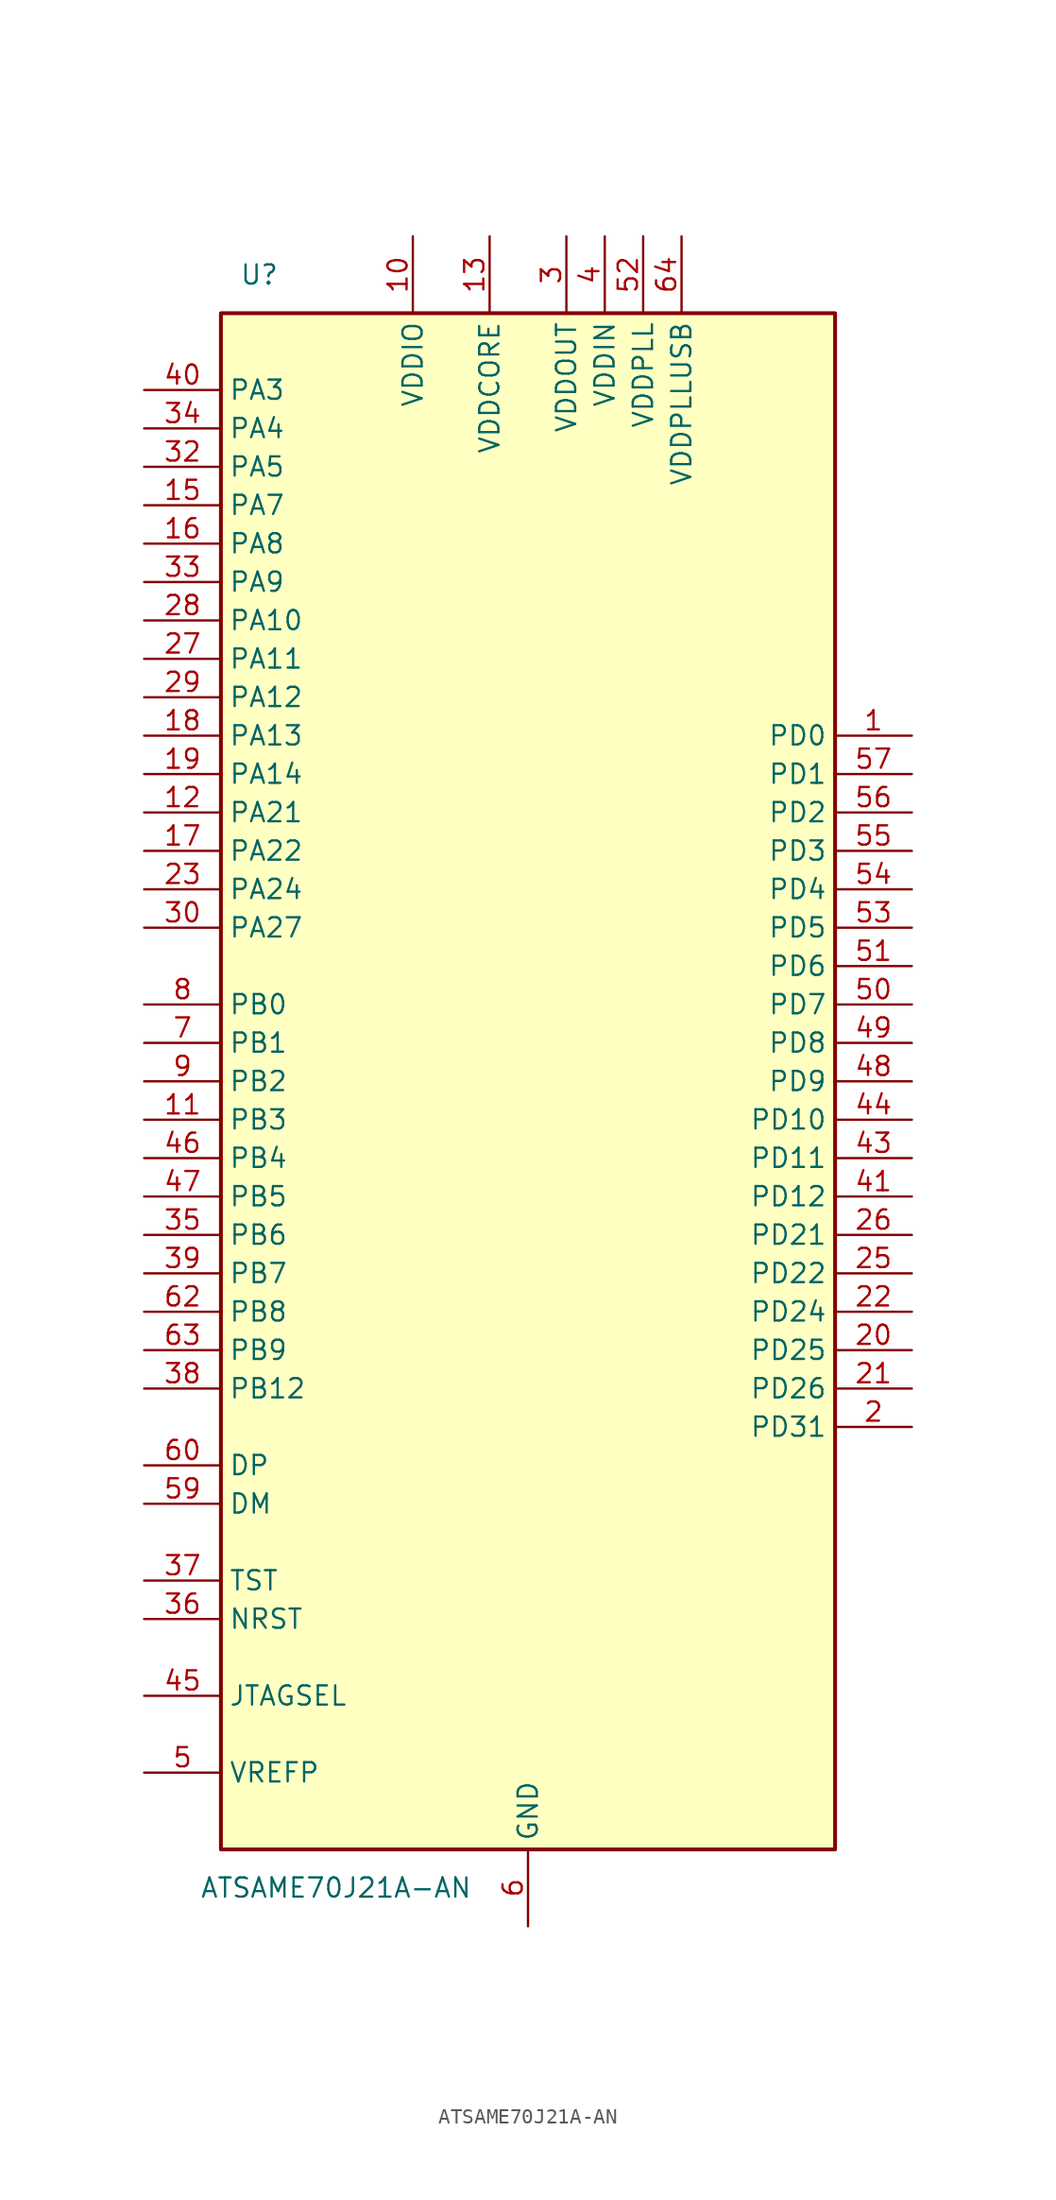
<source format=kicad_sym>
(kicad_symbol_lib
  (version 20211014)
  (generator kicad_symbol_editor)
  (symbol "ATSAME70J21A-AN"
    (property "Reference" "U"
      (at -17.78 53.34 0)
      (effects (font (size 1.27 1.27))))
    (property "Value" "ATSAME70J21A-AN"
      (at -12.7 -53.34 0)
      (effects (font (size 1.27 1.27))))
    (symbol "ATSAME70J21A-AN_0_1"
      (rectangle (start -20.32 50.8) (end 20.32 -50.8) (stroke (width 0.254) (type default) (color 0 0 0 0)) (fill (type background))))
    (symbol "ATSAME70J21A-AN_1_0"
      (pin power_in line (at 10.16 55.88 270) (length 5.08) (name "VDDPLLUSB" (effects (font (size 1.27 1.27)))) (number "64" (effects (font (size 1.27 1.27))))))
    (symbol "ATSAME70J21A-AN_1_1"
      (pin bidirectional line (at 25.4 22.86 180) (length 5.08) (name "PD0" (effects (font (size 1.27 1.27)))) (number "1" (effects (font (size 1.27 1.27)))))
      (pin power_in line (at -7.62 55.88 270) (length 5.08) (name "VDDIO" (effects (font (size 1.27 1.27)))) (number "10" (effects (font (size 1.27 1.27)))))
      (pin bidirectional line (at -25.4 -2.54 0) (length 5.08) (name "PB3" (effects (font (size 1.27 1.27)))) (number "11" (effects (font (size 1.27 1.27)))))
      (pin bidirectional line (at -25.4 17.78 0) (length 5.08) (name "PA21" (effects (font (size 1.27 1.27)))) (number "12" (effects (font (size 1.27 1.27)))))
      (pin power_in line (at -2.54 55.88 270) (length 5.08) (name "VDDCORE" (effects (font (size 1.27 1.27)))) (number "13" (effects (font (size 1.27 1.27)))))
      (pin passive line (at 0 -55.88 90) (length 5.08) hide (name "GND" (effects (font (size 1.27 1.27)))) (number "14" (effects (font (size 1.27 1.27)))))
      (pin bidirectional line (at -25.4 38.1 0) (length 5.08) (name "PA7" (effects (font (size 1.27 1.27)))) (number "15" (effects (font (size 1.27 1.27)))))
      (pin bidirectional line (at -25.4 35.56 0) (length 5.08) (name "PA8" (effects (font (size 1.27 1.27)))) (number "16" (effects (font (size 1.27 1.27)))))
      (pin bidirectional line (at -25.4 15.24 0) (length 5.08) (name "PA22" (effects (font (size 1.27 1.27)))) (number "17" (effects (font (size 1.27 1.27)))))
      (pin bidirectional line (at -25.4 22.86 0) (length 5.08) (name "PA13" (effects (font (size 1.27 1.27)))) (number "18" (effects (font (size 1.27 1.27)))))
      (pin bidirectional line (at -25.4 20.32 0) (length 5.08) (name "PA14" (effects (font (size 1.27 1.27)))) (number "19" (effects (font (size 1.27 1.27)))))
      (pin bidirectional line (at 25.4 -22.86 180) (length 5.08) (name "PD31" (effects (font (size 1.27 1.27)))) (number "2" (effects (font (size 1.27 1.27)))))
      (pin bidirectional line (at 25.4 -17.78 180) (length 5.08) (name "PD25" (effects (font (size 1.27 1.27)))) (number "20" (effects (font (size 1.27 1.27)))))
      (pin bidirectional line (at 25.4 -20.32 180) (length 5.08) (name "PD26" (effects (font (size 1.27 1.27)))) (number "21" (effects (font (size 1.27 1.27)))))
      (pin bidirectional line (at 25.4 -15.24 180) (length 5.08) (name "PD24" (effects (font (size 1.27 1.27)))) (number "22" (effects (font (size 1.27 1.27)))))
      (pin bidirectional line (at -25.4 12.7 0) (length 5.08) (name "PA24" (effects (font (size 1.27 1.27)))) (number "23" (effects (font (size 1.27 1.27)))))
      (pin passive line (at -2.54 55.88 270) (length 5.08) hide (name "VDDCORE" (effects (font (size 1.27 1.27)))) (number "24" (effects (font (size 1.27 1.27)))))
      (pin bidirectional line (at 25.4 -12.7 180) (length 5.08) (name "PD22" (effects (font (size 1.27 1.27)))) (number "25" (effects (font (size 1.27 1.27)))))
      (pin bidirectional line (at 25.4 -10.16 180) (length 5.08) (name "PD21" (effects (font (size 1.27 1.27)))) (number "26" (effects (font (size 1.27 1.27)))))
      (pin bidirectional line (at -25.4 27.94 0) (length 5.08) (name "PA11" (effects (font (size 1.27 1.27)))) (number "27" (effects (font (size 1.27 1.27)))))
      (pin bidirectional line (at -25.4 30.48 0) (length 5.08) (name "PA10" (effects (font (size 1.27 1.27)))) (number "28" (effects (font (size 1.27 1.27)))))
      (pin bidirectional line (at -25.4 25.4 0) (length 5.08) (name "PA12" (effects (font (size 1.27 1.27)))) (number "29" (effects (font (size 1.27 1.27)))))
      (pin power_in line (at 2.54 55.88 270) (length 5.08) (name "VDDOUT" (effects (font (size 1.27 1.27)))) (number "3" (effects (font (size 1.27 1.27)))))
      (pin bidirectional line (at -25.4 10.16 0) (length 5.08) (name "PA27" (effects (font (size 1.27 1.27)))) (number "30" (effects (font (size 1.27 1.27)))))
      (pin passive line (at 0 -55.88 90) (length 5.08) hide (name "GND" (effects (font (size 1.27 1.27)))) (number "31" (effects (font (size 1.27 1.27)))))
      (pin bidirectional line (at -25.4 40.64 0) (length 5.08) (name "PA5" (effects (font (size 1.27 1.27)))) (number "32" (effects (font (size 1.27 1.27)))))
      (pin bidirectional line (at -25.4 33.02 0) (length 5.08) (name "PA9" (effects (font (size 1.27 1.27)))) (number "33" (effects (font (size 1.27 1.27)))))
      (pin bidirectional line (at -25.4 43.18 0) (length 5.08) (name "PA4" (effects (font (size 1.27 1.27)))) (number "34" (effects (font (size 1.27 1.27)))))
      (pin bidirectional line (at -25.4 -10.16 0) (length 5.08) (name "PB6" (effects (font (size 1.27 1.27)))) (number "35" (effects (font (size 1.27 1.27)))))
      (pin bidirectional line (at -25.4 -35.56 0) (length 5.08) (name "NRST" (effects (font (size 1.27 1.27)))) (number "36" (effects (font (size 1.27 1.27)))))
      (pin input line (at -25.4 -33.02 0) (length 5.08) (name "TST" (effects (font (size 1.27 1.27)))) (number "37" (effects (font (size 1.27 1.27)))))
      (pin bidirectional line (at -25.4 -20.32 0) (length 5.08) (name "PB12" (effects (font (size 1.27 1.27)))) (number "38" (effects (font (size 1.27 1.27)))))
      (pin bidirectional line (at -25.4 -12.7 0) (length 5.08) (name "PB7" (effects (font (size 1.27 1.27)))) (number "39" (effects (font (size 1.27 1.27)))))
      (pin power_in line (at 5.08 55.88 270) (length 5.08) (name "VDDIN" (effects (font (size 1.27 1.27)))) (number "4" (effects (font (size 1.27 1.27)))))
      (pin bidirectional line (at -25.4 45.72 0) (length 5.08) (name "PA3" (effects (font (size 1.27 1.27)))) (number "40" (effects (font (size 1.27 1.27)))))
      (pin bidirectional line (at 25.4 -7.62 180) (length 5.08) (name "PD12" (effects (font (size 1.27 1.27)))) (number "41" (effects (font (size 1.27 1.27)))))
      (pin passive line (at -7.62 55.88 270) (length 5.08) hide (name "VDDIO" (effects (font (size 1.27 1.27)))) (number "42" (effects (font (size 1.27 1.27)))))
      (pin bidirectional line (at 25.4 -5.08 180) (length 5.08) (name "PD11" (effects (font (size 1.27 1.27)))) (number "43" (effects (font (size 1.27 1.27)))))
      (pin bidirectional line (at 25.4 -2.54 180) (length 5.08) (name "PD10" (effects (font (size 1.27 1.27)))) (number "44" (effects (font (size 1.27 1.27)))))
      (pin input line (at -25.4 -40.64 0) (length 5.08) (name "JTAGSEL" (effects (font (size 1.27 1.27)))) (number "45" (effects (font (size 1.27 1.27)))))
      (pin bidirectional line (at -25.4 -5.08 0) (length 5.08) (name "PB4" (effects (font (size 1.27 1.27)))) (number "46" (effects (font (size 1.27 1.27)))))
      (pin bidirectional line (at -25.4 -7.62 0) (length 5.08) (name "PB5" (effects (font (size 1.27 1.27)))) (number "47" (effects (font (size 1.27 1.27)))))
      (pin bidirectional line (at 25.4 0 180) (length 5.08) (name "PD9" (effects (font (size 1.27 1.27)))) (number "48" (effects (font (size 1.27 1.27)))))
      (pin bidirectional line (at 25.4 2.54 180) (length 5.08) (name "PD8" (effects (font (size 1.27 1.27)))) (number "49" (effects (font (size 1.27 1.27)))))
      (pin input line (at -25.4 -45.72 0) (length 5.08) (name "VREFP" (effects (font (size 1.27 1.27)))) (number "5" (effects (font (size 1.27 1.27)))))
      (pin bidirectional line (at 25.4 5.08 180) (length 5.08) (name "PD7" (effects (font (size 1.27 1.27)))) (number "50" (effects (font (size 1.27 1.27)))))
      (pin bidirectional line (at 25.4 7.62 180) (length 5.08) (name "PD6" (effects (font (size 1.27 1.27)))) (number "51" (effects (font (size 1.27 1.27)))))
      (pin power_in line (at 7.62 55.88 270) (length 5.08) (name "VDDPLL" (effects (font (size 1.27 1.27)))) (number "52" (effects (font (size 1.27 1.27)))))
      (pin bidirectional line (at 25.4 10.16 180) (length 5.08) (name "PD5" (effects (font (size 1.27 1.27)))) (number "53" (effects (font (size 1.27 1.27)))))
      (pin bidirectional line (at 25.4 12.7 180) (length 5.08) (name "PD4" (effects (font (size 1.27 1.27)))) (number "54" (effects (font (size 1.27 1.27)))))
      (pin bidirectional line (at 25.4 15.24 180) (length 5.08) (name "PD3" (effects (font (size 1.27 1.27)))) (number "55" (effects (font (size 1.27 1.27)))))
      (pin bidirectional line (at 25.4 17.78 180) (length 5.08) (name "PD2" (effects (font (size 1.27 1.27)))) (number "56" (effects (font (size 1.27 1.27)))))
      (pin bidirectional line (at 25.4 20.32 180) (length 5.08) (name "PD1" (effects (font (size 1.27 1.27)))) (number "57" (effects (font (size 1.27 1.27)))))
      (pin passive line (at -7.62 55.88 270) (length 5.08) hide (name "VDDIO" (effects (font (size 1.27 1.27)))) (number "58" (effects (font (size 1.27 1.27)))))
      (pin bidirectional line (at -25.4 -27.94 0) (length 5.08) (name "DM" (effects (font (size 1.27 1.27)))) (number "59" (effects (font (size 1.27 1.27)))))
      (pin power_in line (at 0 -55.88 90) (length 5.08) (name "GND" (effects (font (size 1.27 1.27)))) (number "6" (effects (font (size 1.27 1.27)))))
      (pin bidirectional line (at -25.4 -25.4 0) (length 5.08) (name "DP" (effects (font (size 1.27 1.27)))) (number "60" (effects (font (size 1.27 1.27)))))
      (pin passive line (at -2.54 55.88 270) (length 5.08) hide (name "VDDCORE" (effects (font (size 1.27 1.27)))) (number "61" (effects (font (size 1.27 1.27)))))
      (pin bidirectional line (at -25.4 -15.24 0) (length 5.08) (name "PB8" (effects (font (size 1.27 1.27)))) (number "62" (effects (font (size 1.27 1.27)))))
      (pin bidirectional line (at -25.4 -17.78 0) (length 5.08) (name "PB9" (effects (font (size 1.27 1.27)))) (number "63" (effects (font (size 1.27 1.27)))))
      (pin bidirectional line (at -25.4 2.54 0) (length 5.08) (name "PB1" (effects (font (size 1.27 1.27)))) (number "7" (effects (font (size 1.27 1.27)))))
      (pin bidirectional line (at -25.4 5.08 0) (length 5.08) (name "PB0" (effects (font (size 1.27 1.27)))) (number "8" (effects (font (size 1.27 1.27)))))
      (pin bidirectional line (at -25.4 0 0) (length 5.08) (name "PB2" (effects (font (size 1.27 1.27)))) (number "9" (effects (font (size 1.27 1.27))))))))
</source>
